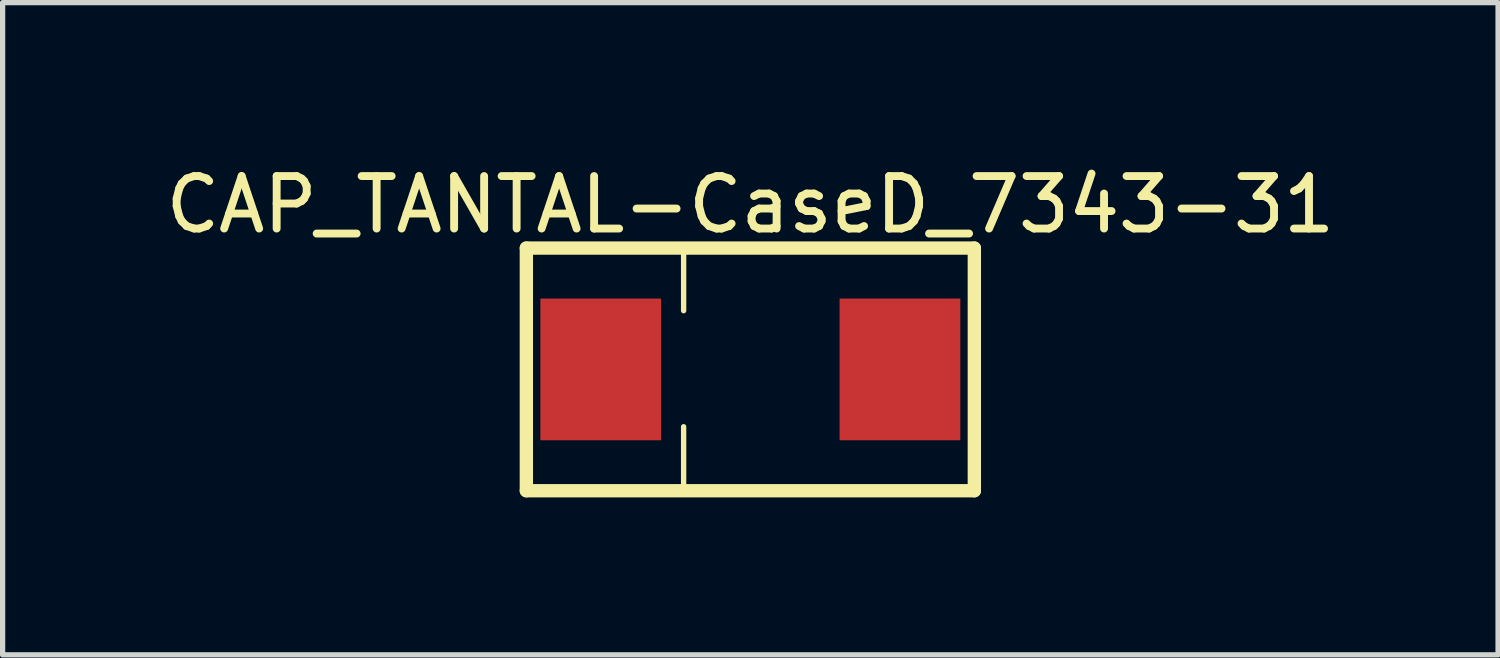
<source format=kicad_pcb>
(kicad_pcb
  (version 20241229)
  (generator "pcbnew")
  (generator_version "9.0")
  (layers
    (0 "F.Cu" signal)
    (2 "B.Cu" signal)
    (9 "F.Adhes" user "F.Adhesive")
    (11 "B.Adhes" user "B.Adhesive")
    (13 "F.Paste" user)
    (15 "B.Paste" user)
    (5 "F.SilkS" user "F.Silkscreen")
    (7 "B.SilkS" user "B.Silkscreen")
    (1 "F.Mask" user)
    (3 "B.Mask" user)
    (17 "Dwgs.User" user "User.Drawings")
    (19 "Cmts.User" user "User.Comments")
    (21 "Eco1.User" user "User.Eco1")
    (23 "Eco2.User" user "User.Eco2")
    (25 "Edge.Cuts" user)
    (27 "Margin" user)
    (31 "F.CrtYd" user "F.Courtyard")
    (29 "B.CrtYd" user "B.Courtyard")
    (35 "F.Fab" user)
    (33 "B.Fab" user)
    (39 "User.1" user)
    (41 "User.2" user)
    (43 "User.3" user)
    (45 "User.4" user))
  (footprint "CAP_TANTAL-CaseD_7343-31"
    (layer "F.Cu")
    (at 11.244 3.987)
    (property "Reference" "CAP_TANTAL-CaseD_7343-31" (at 0 -3.138 0) (layer "F.SilkS") (effects (font (size 1 1) (thickness 0.15))))
    (fp_line (start -4.267 -2.311) (end 4.267 -2.311) (stroke (width 0.254) (type solid)) (layer "F.SilkS"))
    (fp_line (start -4.267 2.311) (end -4.267 -2.311) (stroke (width 0.254) (type solid)) (layer "F.SilkS"))
    (fp_line (start -4.267 2.311) (end 4.267 2.311) (stroke (width 0.254) (type solid)) (layer "F.SilkS"))
    (fp_line (start -1.271 -1.118) (end -1.271 -2.235) (stroke (width 0.102) (type solid)) (layer "F.SilkS"))
    (fp_line (start -1.271 2.21) (end -1.271 1.092) (stroke (width 0.102) (type solid)) (layer "F.SilkS"))
    (fp_line (start 4.267 2.311) (end 4.267 -2.311) (stroke (width 0.254) (type solid)) (layer "F.SilkS"))
    (pad "N" smd rect (at 2.85 0) (size 2.3 2.7) (layers "F.Cu" "F.Mask" "F.Paste"))
    (pad "P" smd rect (at -2.85 0) (size 2.3 2.7) (layers "F.Cu" "F.Mask" "F.Paste")))
  (gr_rect
    (start -3 -3)
    (end 25.488 9.425)
    (stroke (width 0.1) (type default))
    (fill no)
    (layer "Edge.Cuts")))
</source>
